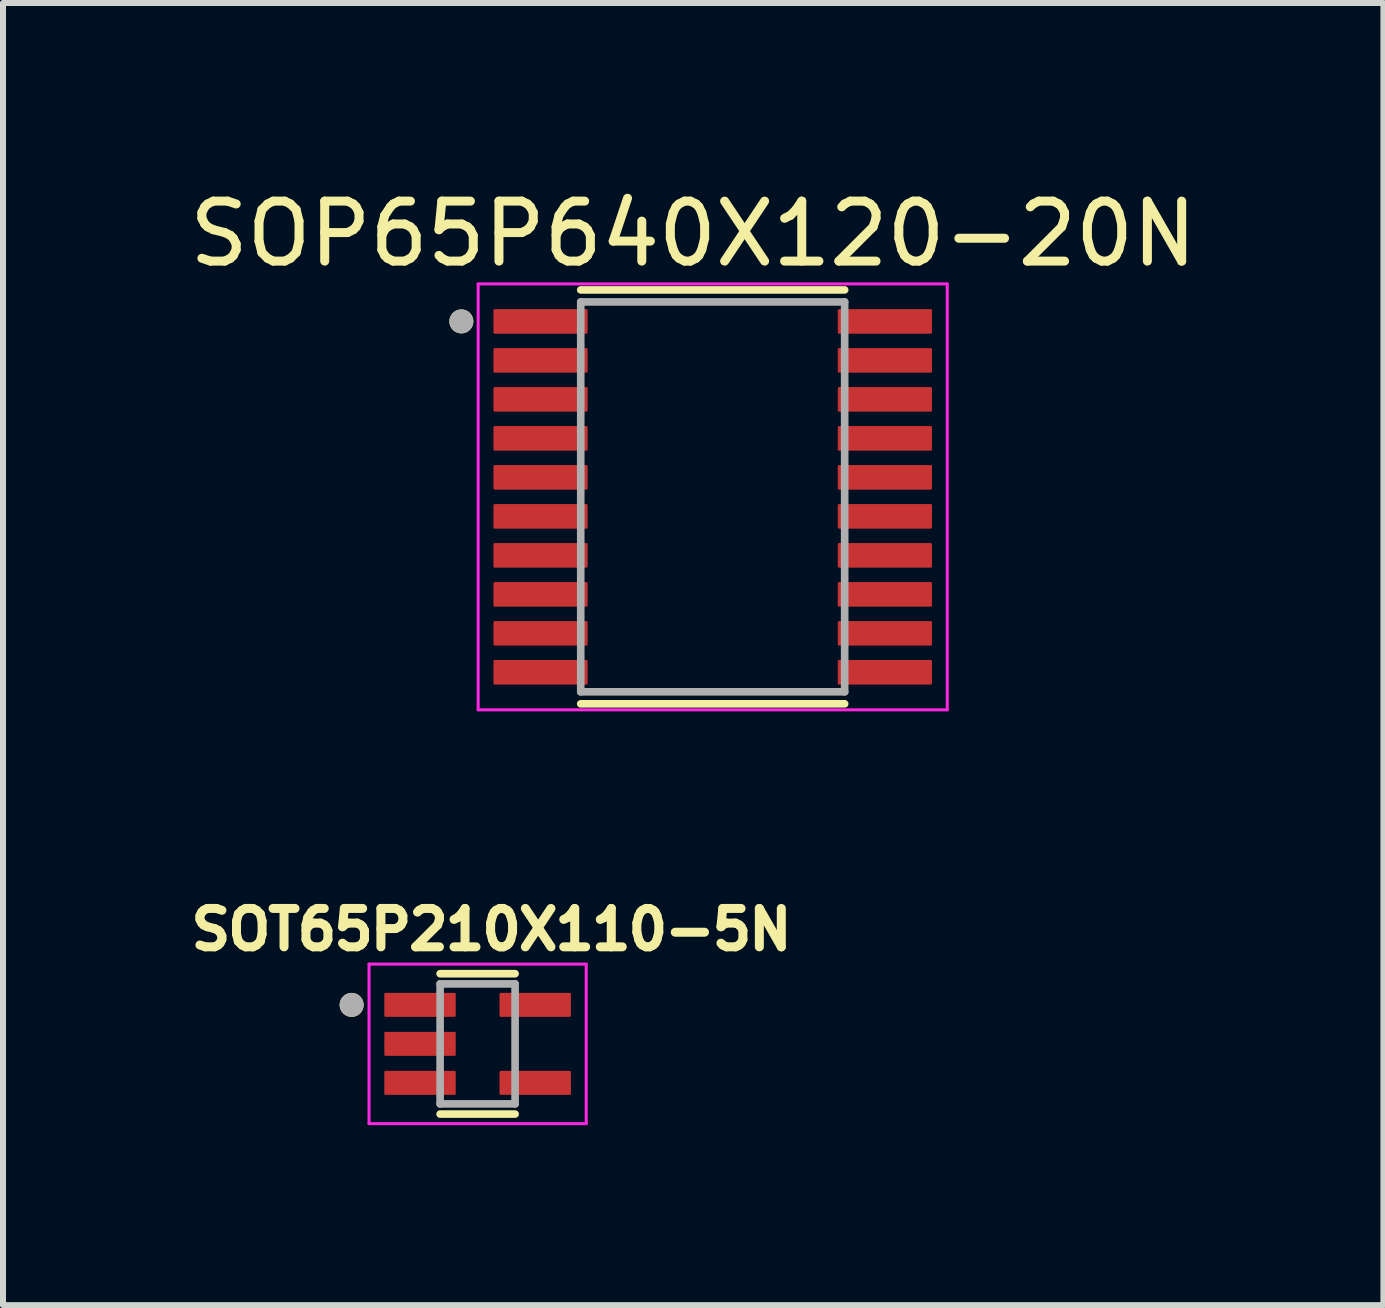
<source format=kicad_pcb>
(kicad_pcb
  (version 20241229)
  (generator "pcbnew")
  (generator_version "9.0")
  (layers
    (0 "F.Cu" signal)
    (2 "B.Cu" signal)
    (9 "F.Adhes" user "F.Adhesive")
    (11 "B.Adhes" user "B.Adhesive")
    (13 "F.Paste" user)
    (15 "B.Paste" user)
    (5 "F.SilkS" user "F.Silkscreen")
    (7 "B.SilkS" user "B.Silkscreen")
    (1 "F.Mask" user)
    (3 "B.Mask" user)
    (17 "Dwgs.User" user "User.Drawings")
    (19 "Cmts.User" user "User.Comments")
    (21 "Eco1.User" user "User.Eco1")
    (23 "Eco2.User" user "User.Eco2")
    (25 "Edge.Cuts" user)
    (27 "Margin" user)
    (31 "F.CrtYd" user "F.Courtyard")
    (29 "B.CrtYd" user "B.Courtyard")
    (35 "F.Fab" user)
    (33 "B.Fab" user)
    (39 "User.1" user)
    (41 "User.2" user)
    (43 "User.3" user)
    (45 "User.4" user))
  (footprint "SOT65P210X110-5N"
    (layer "F.Cu")
    (at 4.912 14.352)
    (property "Reference" "SOT65P210X110-5N" (at 0.232 -1.906 0) (layer "F.SilkS") (effects (font (size 0.64 0.64) (thickness 0.15))))
    (attr smd)
    (fp_line (start -0.625 -1.17) (end 0.625 -1.17) (stroke (width 0.127) (type solid)) (layer "F.SilkS"))
    (fp_line (start 0.625 1.17) (end -0.625 1.17) (stroke (width 0.127) (type solid)) (layer "F.SilkS"))
    (fp_circle (center -2.1 -0.65) (end -2 -0.65) (stroke (width 0.2) (type solid)) (fill no) (layer "F.SilkS"))
    (fp_line (start -1.81 -1.33) (end 1.81 -1.33) (stroke (width 0.05) (type solid)) (layer "F.CrtYd"))
    (fp_line (start -1.81 1.33) (end -1.81 -1.33) (stroke (width 0.05) (type solid)) (layer "F.CrtYd"))
    (fp_line (start 1.81 -1.33) (end 1.81 1.33) (stroke (width 0.05) (type solid)) (layer "F.CrtYd"))
    (fp_line (start 1.81 1.33) (end -1.81 1.33) (stroke (width 0.05) (type solid)) (layer "F.CrtYd"))
    (fp_line (start -0.625 -1) (end 0.625 -1) (stroke (width 0.127) (type solid)) (layer "F.Fab"))
    (fp_line (start -0.625 1) (end -0.625 -1) (stroke (width 0.127) (type solid)) (layer "F.Fab"))
    (fp_line (start 0.625 -1) (end 0.625 1) (stroke (width 0.127) (type solid)) (layer "F.Fab"))
    (fp_line (start 0.625 1) (end -0.625 1) (stroke (width 0.127) (type solid)) (layer "F.Fab"))
    (fp_circle (center -2.1 -0.65) (end -2 -0.65) (stroke (width 0.2) (type solid)) (fill no) (layer "F.Fab"))
    (pad "1" smd roundrect (at -0.96 -0.65) (size 1.19 0.4) (layers "F.Cu" "F.Mask" "F.Paste") (roundrect_rratio 0.05))
    (pad "2" smd roundrect (at -0.96 0) (size 1.19 0.4) (layers "F.Cu" "F.Mask" "F.Paste") (roundrect_rratio 0.05))
    (pad "3" smd roundrect (at -0.96 0.65) (size 1.19 0.4) (layers "F.Cu" "F.Mask" "F.Paste") (roundrect_rratio 0.05))
    (pad "4" smd roundrect (at 0.96 0.65) (size 1.19 0.4) (layers "F.Cu" "F.Mask" "F.Paste") (roundrect_rratio 0.05))
    (pad "5" smd roundrect (at 0.96 -0.65) (size 1.19 0.4) (layers "F.Cu" "F.Mask" "F.Paste") (roundrect_rratio 0.05)))
  (footprint "SOP65P640X120-20N"
    (layer "F.Cu")
    (at 8.831 5.233)
    (property "Reference" "SOP65P640X120-20N" (at -0.325 -4.385 0) (layer "F.SilkS") (effects (font (size 1 1) (thickness 0.15))))
    (attr smd)
    (fp_line (start -2.2 -3.45) (end 2.2 -3.45) (stroke (width 0.127) (type solid)) (layer "F.SilkS"))
    (fp_line (start -2.2 3.45) (end 2.2 3.45) (stroke (width 0.127) (type solid)) (layer "F.SilkS"))
    (fp_circle (center -4.19 -2.925) (end -4.09 -2.925) (stroke (width 0.2) (type solid)) (fill no) (layer "F.SilkS"))
    (fp_line (start -3.91 -3.55) (end -3.91 3.55) (stroke (width 0.05) (type solid)) (layer "F.CrtYd"))
    (fp_line (start -3.91 -3.55) (end 3.91 -3.55) (stroke (width 0.05) (type solid)) (layer "F.CrtYd"))
    (fp_line (start -3.91 3.55) (end 3.91 3.55) (stroke (width 0.05) (type solid)) (layer "F.CrtYd"))
    (fp_line (start 3.91 -3.55) (end 3.91 3.55) (stroke (width 0.05) (type solid)) (layer "F.CrtYd"))
    (fp_line (start -2.2 -3.25) (end -2.2 3.25) (stroke (width 0.127) (type solid)) (layer "F.Fab"))
    (fp_line (start -2.2 -3.25) (end 2.2 -3.25) (stroke (width 0.127) (type solid)) (layer "F.Fab"))
    (fp_line (start -2.2 3.25) (end 2.2 3.25) (stroke (width 0.127) (type solid)) (layer "F.Fab"))
    (fp_line (start 2.2 -3.25) (end 2.2 3.25) (stroke (width 0.127) (type solid)) (layer "F.Fab"))
    (fp_circle (center -4.19 -2.925) (end -4.09 -2.925) (stroke (width 0.2) (type solid)) (fill no) (layer "F.Fab"))
    (pad "1" smd roundrect (at -2.87 -2.925) (size 1.57 0.41) (layers "F.Cu" "F.Mask" "F.Paste") (roundrect_rratio 0.05))
    (pad "2" smd roundrect (at -2.87 -2.275) (size 1.57 0.41) (layers "F.Cu" "F.Mask" "F.Paste") (roundrect_rratio 0.05))
    (pad "3" smd roundrect (at -2.87 -1.625) (size 1.57 0.41) (layers "F.Cu" "F.Mask" "F.Paste") (roundrect_rratio 0.05))
    (pad "4" smd roundrect (at -2.87 -0.975) (size 1.57 0.41) (layers "F.Cu" "F.Mask" "F.Paste") (roundrect_rratio 0.05))
    (pad "5" smd roundrect (at -2.87 -0.325) (size 1.57 0.41) (layers "F.Cu" "F.Mask" "F.Paste") (roundrect_rratio 0.05))
    (pad "6" smd roundrect (at -2.87 0.325) (size 1.57 0.41) (layers "F.Cu" "F.Mask" "F.Paste") (roundrect_rratio 0.05))
    (pad "7" smd roundrect (at -2.87 0.975) (size 1.57 0.41) (layers "F.Cu" "F.Mask" "F.Paste") (roundrect_rratio 0.05))
    (pad "8" smd roundrect (at -2.87 1.625) (size 1.57 0.41) (layers "F.Cu" "F.Mask" "F.Paste") (roundrect_rratio 0.05))
    (pad "9" smd roundrect (at -2.87 2.275) (size 1.57 0.41) (layers "F.Cu" "F.Mask" "F.Paste") (roundrect_rratio 0.05))
    (pad "10" smd roundrect (at -2.87 2.925) (size 1.57 0.41) (layers "F.Cu" "F.Mask" "F.Paste") (roundrect_rratio 0.05))
    (pad "11" smd roundrect (at 2.87 2.925) (size 1.57 0.41) (layers "F.Cu" "F.Mask" "F.Paste") (roundrect_rratio 0.05))
    (pad "12" smd roundrect (at 2.87 2.275) (size 1.57 0.41) (layers "F.Cu" "F.Mask" "F.Paste") (roundrect_rratio 0.05))
    (pad "13" smd roundrect (at 2.87 1.625) (size 1.57 0.41) (layers "F.Cu" "F.Mask" "F.Paste") (roundrect_rratio 0.05))
    (pad "14" smd roundrect (at 2.87 0.975) (size 1.57 0.41) (layers "F.Cu" "F.Mask" "F.Paste") (roundrect_rratio 0.05))
    (pad "15" smd roundrect (at 2.87 0.325) (size 1.57 0.41) (layers "F.Cu" "F.Mask" "F.Paste") (roundrect_rratio 0.05))
    (pad "16" smd roundrect (at 2.87 -0.325) (size 1.57 0.41) (layers "F.Cu" "F.Mask" "F.Paste") (roundrect_rratio 0.05))
    (pad "17" smd roundrect (at 2.87 -0.975) (size 1.57 0.41) (layers "F.Cu" "F.Mask" "F.Paste") (roundrect_rratio 0.05))
    (pad "18" smd roundrect (at 2.87 -1.625) (size 1.57 0.41) (layers "F.Cu" "F.Mask" "F.Paste") (roundrect_rratio 0.05))
    (pad "19" smd roundrect (at 2.87 -2.275) (size 1.57 0.41) (layers "F.Cu" "F.Mask" "F.Paste") (roundrect_rratio 0.05))
    (pad "20" smd roundrect (at 2.87 -2.925) (size 1.57 0.41) (layers "F.Cu" "F.Mask" "F.Paste") (roundrect_rratio 0.05)))
  (gr_rect
    (start -3 -3)
    (end 20.012 18.707)
    (stroke (width 0.1) (type default))
    (fill no)
    (layer "Edge.Cuts")))
</source>
